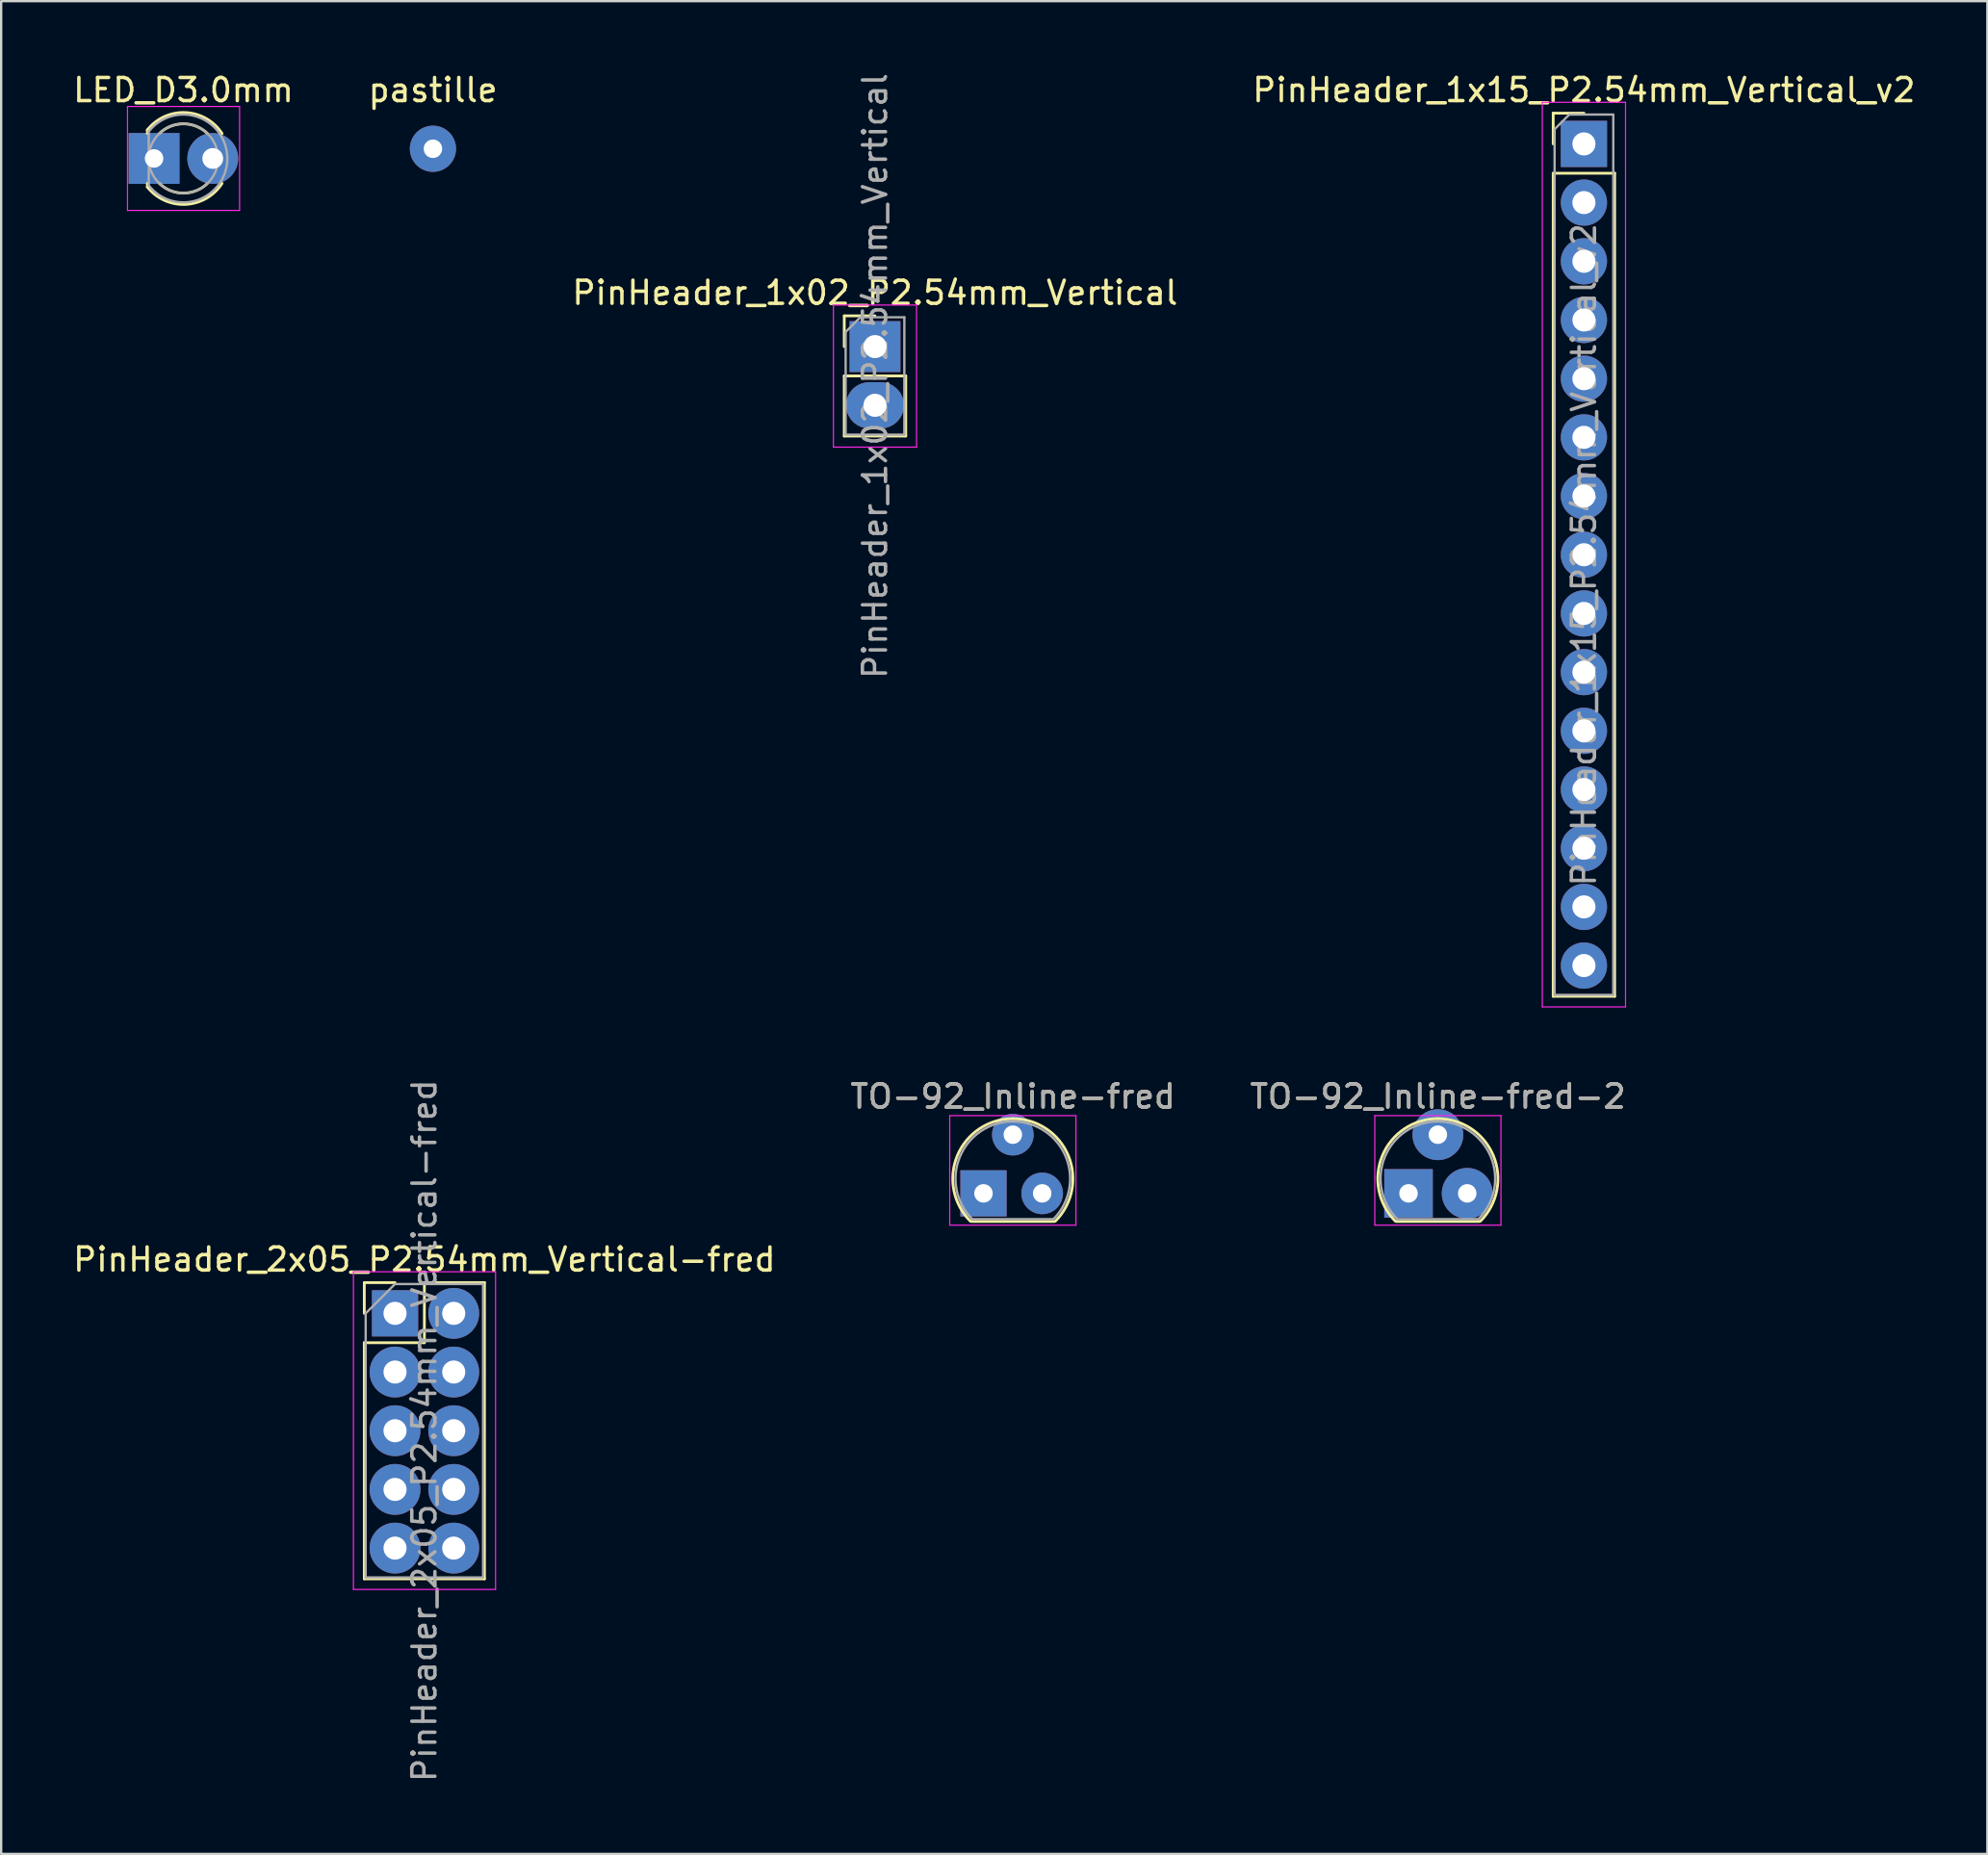
<source format=kicad_pcb>
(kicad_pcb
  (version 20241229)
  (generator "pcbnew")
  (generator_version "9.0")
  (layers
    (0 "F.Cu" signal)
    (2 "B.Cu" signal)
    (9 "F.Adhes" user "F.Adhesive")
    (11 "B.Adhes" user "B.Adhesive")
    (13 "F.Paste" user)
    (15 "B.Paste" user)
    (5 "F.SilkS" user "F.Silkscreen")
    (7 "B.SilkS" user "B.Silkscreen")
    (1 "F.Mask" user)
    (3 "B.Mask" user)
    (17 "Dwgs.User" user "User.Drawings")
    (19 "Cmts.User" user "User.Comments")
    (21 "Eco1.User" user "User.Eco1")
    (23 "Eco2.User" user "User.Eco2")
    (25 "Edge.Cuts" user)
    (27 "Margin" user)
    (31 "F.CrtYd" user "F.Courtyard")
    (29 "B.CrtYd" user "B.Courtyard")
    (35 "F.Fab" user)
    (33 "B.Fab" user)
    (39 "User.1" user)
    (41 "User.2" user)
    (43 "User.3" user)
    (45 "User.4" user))
  (footprint "PinHeader_2x05_P2.54mm_Vertical-fred"
    (layer "F.Cu")
    (at 14.045 53.789)
    (property "Reference" "PinHeader_2x05_P2.54mm_Vertical-fred" (at 1.27 -2.33 180) (layer "F.SilkS") (effects (font (size 1 1) (thickness 0.15))))
    (attr through_hole)
    (fp_line (start -1.33 -1.33) (end 0 -1.33) (stroke (width 0.12) (type solid)) (layer "F.SilkS"))
    (fp_line (start -1.33 0) (end -1.33 -1.33) (stroke (width 0.12) (type solid)) (layer "F.SilkS"))
    (fp_line (start -1.33 1.27) (end -1.33 11.49) (stroke (width 0.12) (type solid)) (layer "F.SilkS"))
    (fp_line (start -1.33 1.27) (end 1.27 1.27) (stroke (width 0.12) (type solid)) (layer "F.SilkS"))
    (fp_line (start -1.33 11.49) (end 3.87 11.49) (stroke (width 0.12) (type solid)) (layer "F.SilkS"))
    (fp_line (start 1.27 -1.33) (end 3.87 -1.33) (stroke (width 0.12) (type solid)) (layer "F.SilkS"))
    (fp_line (start 1.27 1.27) (end 1.27 -1.33) (stroke (width 0.12) (type solid)) (layer "F.SilkS"))
    (fp_line (start 3.87 -1.33) (end 3.87 11.49) (stroke (width 0.12) (type solid)) (layer "F.SilkS"))
    (fp_line (start -1.8 -1.8) (end -1.8 11.95) (stroke (width 0.05) (type solid)) (layer "F.CrtYd"))
    (fp_line (start -1.8 11.95) (end 4.35 11.95) (stroke (width 0.05) (type solid)) (layer "F.CrtYd"))
    (fp_line (start 4.35 -1.8) (end -1.8 -1.8) (stroke (width 0.05) (type solid)) (layer "F.CrtYd"))
    (fp_line (start 4.35 11.95) (end 4.35 -1.8) (stroke (width 0.05) (type solid)) (layer "F.CrtYd"))
    (fp_line (start -1.27 0) (end 0 -1.27) (stroke (width 0.1) (type solid)) (layer "F.Fab"))
    (fp_line (start -1.27 11.43) (end -1.27 0) (stroke (width 0.1) (type solid)) (layer "F.Fab"))
    (fp_line (start 0 -1.27) (end 3.81 -1.27) (stroke (width 0.1) (type solid)) (layer "F.Fab"))
    (fp_line (start 3.81 -1.27) (end 3.81 11.43) (stroke (width 0.1) (type solid)) (layer "F.Fab"))
    (fp_line (start 3.81 11.43) (end -1.27 11.43) (stroke (width 0.1) (type solid)) (layer "F.Fab"))
    (fp_text user "${REFERENCE}" (at 1.27 5.08 270) (layer "F.Fab") (effects (font (size 1 1) (thickness 0.15))))
    (pad "1" thru_hole rect (at 0 0 180) (size 2 2) (drill 1) (layers "*.Cu" "*.Mask"))
    (pad "2" thru_hole circle (at 0 2.54) (size 2.2 2.2) (drill 1) (layers "*.Cu" "*.Mask"))
    (pad "3" thru_hole circle (at 0 5.08) (size 2.2 2.2) (drill 1) (layers "*.Cu" "*.Mask"))
    (pad "4" thru_hole circle (at 0 7.62) (size 2.2 2.2) (drill 1) (layers "*.Cu" "*.Mask"))
    (pad "5" thru_hole circle (at 0 10.16) (size 2.2 2.2) (drill 1) (layers "*.Cu" "*.Mask"))
    (pad "6" thru_hole circle (at 2.54 10.16) (size 2.2 2.2) (drill 1) (layers "*.Cu" "*.Mask"))
    (pad "7" thru_hole circle (at 2.54 7.62) (size 2.2 2.2) (drill 1) (layers "*.Cu" "*.Mask"))
    (pad "8" thru_hole circle (at 2.54 5.08) (size 2.2 2.2) (drill 1) (layers "*.Cu" "*.Mask"))
    (pad "9" thru_hole circle (at 2.54 2.54) (size 2.2 2.2) (drill 1) (layers "*.Cu" "*.Mask"))
    (pad "10" thru_hole circle (at 2.54 0) (size 2.2 2.2) (drill 1) (layers "*.Cu" "*.Mask")))
  (footprint "PinHeader_1x15_P2.54mm_Vertical_v2"
    (layer "F.Cu")
    (at 65.494 3.178)
    (property "Reference" "PinHeader_1x15_P2.54mm_Vertical_v2" (at 0 -2.33 0) (layer "F.SilkS") (effects (font (size 1 1) (thickness 0.15))))
    (attr through_hole)
    (fp_line (start -1.33 -1.33) (end 0 -1.33) (stroke (width 0.12) (type solid)) (layer "F.SilkS"))
    (fp_line (start -1.33 0) (end -1.33 -1.33) (stroke (width 0.12) (type solid)) (layer "F.SilkS"))
    (fp_line (start -1.33 1.27) (end -1.33 36.89) (stroke (width 0.12) (type solid)) (layer "F.SilkS"))
    (fp_line (start -1.33 1.27) (end 1.33 1.27) (stroke (width 0.12) (type solid)) (layer "F.SilkS"))
    (fp_line (start -1.33 36.89) (end 1.33 36.89) (stroke (width 0.12) (type solid)) (layer "F.SilkS"))
    (fp_line (start 1.33 1.27) (end 1.33 36.89) (stroke (width 0.12) (type solid)) (layer "F.SilkS"))
    (fp_line (start -1.8 -1.8) (end -1.8 37.35) (stroke (width 0.05) (type solid)) (layer "F.CrtYd"))
    (fp_line (start -1.8 37.35) (end 1.8 37.35) (stroke (width 0.05) (type solid)) (layer "F.CrtYd"))
    (fp_line (start 1.8 -1.8) (end -1.8 -1.8) (stroke (width 0.05) (type solid)) (layer "F.CrtYd"))
    (fp_line (start 1.8 37.35) (end 1.8 -1.8) (stroke (width 0.05) (type solid)) (layer "F.CrtYd"))
    (fp_line (start -1.27 -0.635) (end -0.635 -1.27) (stroke (width 0.1) (type solid)) (layer "F.Fab"))
    (fp_line (start -1.27 36.83) (end -1.27 -0.635) (stroke (width 0.1) (type solid)) (layer "F.Fab"))
    (fp_line (start -0.635 -1.27) (end 1.27 -1.27) (stroke (width 0.1) (type solid)) (layer "F.Fab"))
    (fp_line (start 1.27 -1.27) (end 1.27 36.83) (stroke (width 0.1) (type solid)) (layer "F.Fab"))
    (fp_line (start 1.27 36.83) (end -1.27 36.83) (stroke (width 0.1) (type solid)) (layer "F.Fab"))
    (fp_text user "${REFERENCE}" (at 0 17.78 90) (layer "F.Fab") (effects (font (size 1 1) (thickness 0.15))))
    (pad "1" thru_hole rect (at 0 0) (size 2 2) (drill 1) (layers "*.Cu" "*.Mask"))
    (pad "2" thru_hole circle (at 0 2.54) (size 2 2) (drill 1) (layers "*.Cu" "*.Mask"))
    (pad "3" thru_hole circle (at 0 5.08) (size 2 2) (drill 1) (layers "*.Cu" "*.Mask"))
    (pad "4" thru_hole circle (at 0 7.62) (size 2 2) (drill 1) (layers "*.Cu" "*.Mask"))
    (pad "5" thru_hole circle (at 0 10.16) (size 2 2) (drill 1) (layers "*.Cu" "*.Mask"))
    (pad "6" thru_hole circle (at 0 12.7) (size 2 2) (drill 1) (layers "*.Cu" "*.Mask"))
    (pad "7" thru_hole circle (at 0 15.24) (size 2 2) (drill 1) (layers "*.Cu" "*.Mask"))
    (pad "8" thru_hole circle (at 0 17.78) (size 2 2) (drill 1) (layers "*.Cu" "*.Mask"))
    (pad "9" thru_hole circle (at 0 20.32) (size 2 2) (drill 1) (layers "*.Cu" "*.Mask"))
    (pad "10" thru_hole circle (at 0 22.86) (size 2 2) (drill 1) (layers "*.Cu" "*.Mask"))
    (pad "11" thru_hole circle (at 0 25.4) (size 2 2) (drill 1) (layers "*.Cu" "*.Mask"))
    (pad "12" thru_hole circle (at 0 27.94) (size 2 2) (drill 1) (layers "*.Cu" "*.Mask"))
    (pad "13" thru_hole circle (at 0 30.48) (size 2 2) (drill 1) (layers "*.Cu" "*.Mask"))
    (pad "14" thru_hole circle (at 0 33.02) (size 2 2) (drill 1) (layers "*.Cu" "*.Mask"))
    (pad "15" thru_hole circle (at 0 35.56) (size 2 2) (drill 1) (layers "*.Cu" "*.Mask")))
  (footprint "TO-92_Inline-fred"
    (layer "F.Cu")
    (at 39.51 47.962)
    (property "Reference" "TO-92_Inline-fred" (at 1.27 -3.56 0) (layer "F.SilkS") (effects (font (size 1 1) (thickness 0.15))))
    (attr through_hole)
    (fp_line (start -0.53 1.85) (end 3.07 1.85) (stroke (width 0.12) (type solid)) (layer "F.SilkS"))
    (fp_arc (start -0.568478 1.838478) (mid -1.132087 -0.994977) (end 1.27 -2.6) (stroke (width 0.12) (type solid)) (layer "F.SilkS"))
    (fp_arc (start 1.27 -2.6) (mid 3.672087 -0.994977) (end 3.108478 1.838478) (stroke (width 0.12) (type solid)) (layer "F.SilkS"))
    (fp_line (start -1.46 -2.73) (end -1.46 2.01) (stroke (width 0.05) (type solid)) (layer "F.CrtYd"))
    (fp_line (start -1.46 -2.73) (end 4 -2.73) (stroke (width 0.05) (type solid)) (layer "F.CrtYd"))
    (fp_line (start 4 2.01) (end -1.46 2.01) (stroke (width 0.05) (type solid)) (layer "F.CrtYd"))
    (fp_line (start 4 2.01) (end 4 -2.73) (stroke (width 0.05) (type solid)) (layer "F.CrtYd"))
    (fp_line (start -0.5 1.75) (end 3 1.75) (stroke (width 0.1) (type solid)) (layer "F.Fab"))
    (fp_arc (start -0.483625 1.753625) (mid -1.021221 -0.949055) (end 1.27 -2.48) (stroke (width 0.1) (type solid)) (layer "F.Fab"))
    (fp_arc (start 1.27 -2.48) (mid 3.561221 -0.949055) (end 3.023625 1.753625) (stroke (width 0.1) (type solid)) (layer "F.Fab"))
    (fp_text user "${REFERENCE}" (at 1.27 -3.56 0) (layer "F.Fab") (effects (font (size 1 1) (thickness 0.15))))
    (pad "1" thru_hole rect (at 0 0.635) (size 2 2) (drill 0.8) (layers "*.Cu" "*.Mask"))
    (pad "2" thru_hole circle (at 1.27 -1.905) (size 1.8 1.8) (drill 0.8) (layers "*.Cu" "*.Mask"))
    (pad "3" thru_hole circle (at 2.54 0.635) (size 1.8 1.8) (drill 0.8) (layers "*.Cu" "*.Mask")))
  (footprint "TO-92_Inline-fred-2"
    (layer "F.Cu")
    (at 57.903 47.962)
    (property "Reference" "TO-92_Inline-fred-2" (at 1.27 -3.56 0) (layer "F.SilkS") (effects (font (size 1 1) (thickness 0.15))))
    (attr through_hole)
    (fp_line (start -0.53 1.85) (end 3.07 1.85) (stroke (width 0.12) (type solid)) (layer "F.SilkS"))
    (fp_arc (start -0.568478 1.838478) (mid -1.132087 -0.994977) (end 1.27 -2.6) (stroke (width 0.12) (type solid)) (layer "F.SilkS"))
    (fp_arc (start 1.27 -2.6) (mid 3.672087 -0.994977) (end 3.108478 1.838478) (stroke (width 0.12) (type solid)) (layer "F.SilkS"))
    (fp_line (start -1.46 -2.73) (end -1.46 2.01) (stroke (width 0.05) (type solid)) (layer "F.CrtYd"))
    (fp_line (start -1.46 -2.73) (end 4 -2.73) (stroke (width 0.05) (type solid)) (layer "F.CrtYd"))
    (fp_line (start 4 2.01) (end -1.46 2.01) (stroke (width 0.05) (type solid)) (layer "F.CrtYd"))
    (fp_line (start 4 2.01) (end 4 -2.73) (stroke (width 0.05) (type solid)) (layer "F.CrtYd"))
    (fp_line (start -0.5 1.75) (end 3 1.75) (stroke (width 0.1) (type solid)) (layer "F.Fab"))
    (fp_arc (start -0.483625 1.753625) (mid -1.021221 -0.949055) (end 1.27 -2.48) (stroke (width 0.1) (type solid)) (layer "F.Fab"))
    (fp_arc (start 1.27 -2.48) (mid 3.561221 -0.949055) (end 3.023625 1.753625) (stroke (width 0.1) (type solid)) (layer "F.Fab"))
    (fp_text user "${REFERENCE}" (at 1.27 -3.56 0) (layer "F.Fab") (effects (font (size 1 1) (thickness 0.15))))
    (pad "1" thru_hole rect (at 0 0.635) (size 2.1 2.1) (drill 0.8) (layers "*.Cu" "*.Mask"))
    (pad "2" thru_hole circle (at 1.27 -1.905) (size 2.2 2.2) (drill 0.8) (layers "*.Cu" "*.Mask"))
    (pad "3" thru_hole circle (at 2.54 0.635) (size 2.2 2.2) (drill 0.8) (layers "*.Cu" "*.Mask")))
  (footprint "PinHeader_1x02_P2.54mm_Vertical"
    (layer "F.Cu")
    (at 34.815 11.95)
    (property "Reference" "PinHeader_1x02_P2.54mm_Vertical" (at 0 -2.33 180) (layer "F.SilkS") (effects (font (size 1 1) (thickness 0.15))))
    (attr through_hole)
    (fp_line (start -1.33 -1.33) (end 0 -1.33) (stroke (width 0.12) (type solid)) (layer "F.SilkS"))
    (fp_line (start -1.33 0) (end -1.33 -1.33) (stroke (width 0.12) (type solid)) (layer "F.SilkS"))
    (fp_line (start -1.33 1.27) (end -1.33 3.87) (stroke (width 0.12) (type solid)) (layer "F.SilkS"))
    (fp_line (start -1.33 1.27) (end 1.33 1.27) (stroke (width 0.12) (type solid)) (layer "F.SilkS"))
    (fp_line (start -1.33 3.87) (end 1.33 3.87) (stroke (width 0.12) (type solid)) (layer "F.SilkS"))
    (fp_line (start 1.33 1.27) (end 1.33 3.87) (stroke (width 0.12) (type solid)) (layer "F.SilkS"))
    (fp_line (start -1.8 -1.8) (end -1.8 4.35) (stroke (width 0.05) (type solid)) (layer "F.CrtYd"))
    (fp_line (start -1.8 4.35) (end 1.8 4.35) (stroke (width 0.05) (type solid)) (layer "F.CrtYd"))
    (fp_line (start 1.8 -1.8) (end -1.8 -1.8) (stroke (width 0.05) (type solid)) (layer "F.CrtYd"))
    (fp_line (start 1.8 4.35) (end 1.8 -1.8) (stroke (width 0.05) (type solid)) (layer "F.CrtYd"))
    (fp_line (start -1.27 -0.635) (end -0.635 -1.27) (stroke (width 0.1) (type solid)) (layer "F.Fab"))
    (fp_line (start -1.27 3.81) (end -1.27 -0.635) (stroke (width 0.1) (type solid)) (layer "F.Fab"))
    (fp_line (start -0.635 -1.27) (end 1.27 -1.27) (stroke (width 0.1) (type solid)) (layer "F.Fab"))
    (fp_line (start 1.27 -1.27) (end 1.27 3.81) (stroke (width 0.1) (type solid)) (layer "F.Fab"))
    (fp_line (start 1.27 3.81) (end -1.27 3.81) (stroke (width 0.1) (type solid)) (layer "F.Fab"))
    (fp_text user "${REFERENCE}" (at 0 1.27 90) (layer "F.Fab") (effects (font (size 1 1) (thickness 0.15))))
    (pad "1" thru_hole rect (at 0 0) (size 2.2 2.2) (drill 1) (layers "*.Cu" "*.Mask"))
    (pad "2" thru_hole oval (at 0 2.54) (size 2.5 2) (drill 1) (layers "*.Cu" "*.Mask")))
  (footprint "LED_D3.0mm"
    (layer "F.Cu")
    (at 3.617 3.808)
    (property "Reference" "LED_D3.0mm" (at 1.27 -2.96 180) (layer "F.SilkS") (effects (font (size 1 1) (thickness 0.15))))
    (attr through_hole)
    (fp_line (start -0.29 -1.236) (end -0.29 -1.08) (stroke (width 0.12) (type solid)) (layer "F.SilkS"))
    (fp_line (start -0.29 1.08) (end -0.29 1.236) (stroke (width 0.12) (type solid)) (layer "F.SilkS"))
    (fp_arc (start -0.29 -1.235516) (mid 1.366487 -1.987659) (end 2.942335 -1.078608) (stroke (width 0.12) (type solid)) (layer "F.SilkS"))
    (fp_arc (start 0.229039 -1.08) (mid 1.270117 -1.5) (end 2.31113 -1.079837) (stroke (width 0.12) (type solid)) (layer "F.SilkS"))
    (fp_arc (start 2.31113 1.079837) (mid 1.270117 1.5) (end 0.229039 1.08) (stroke (width 0.12) (type solid)) (layer "F.SilkS"))
    (fp_arc (start 2.942335 1.078608) (mid 1.366487 1.987659) (end -0.29 1.235516) (stroke (width 0.12) (type solid)) (layer "F.SilkS"))
    (fp_line (start -1.15 -2.25) (end -1.15 2.25) (stroke (width 0.05) (type solid)) (layer "F.CrtYd"))
    (fp_line (start -1.15 2.25) (end 3.7 2.25) (stroke (width 0.05) (type solid)) (layer "F.CrtYd"))
    (fp_line (start 3.7 -2.25) (end -1.15 -2.25) (stroke (width 0.05) (type solid)) (layer "F.CrtYd"))
    (fp_line (start 3.7 2.25) (end 3.7 -2.25) (stroke (width 0.05) (type solid)) (layer "F.CrtYd"))
    (fp_line (start -0.23 -1.166) (end -0.23 1.166) (stroke (width 0.1) (type solid)) (layer "F.Fab"))
    (fp_arc (start -0.23 -1.16619) (mid 3.17 0.000452) (end -0.230555 1.165476) (stroke (width 0.1) (type solid)) (layer "F.Fab"))
    (fp_circle (center 1.27 0) (end 2.77 0) (stroke (width 0.1) (type solid)) (fill no) (layer "F.Fab"))
    (pad "1" thru_hole rect (at 0 0) (size 2.2 2.2) (drill 0.8) (layers "*.Cu" "*.Mask"))
    (pad "2" thru_hole circle (at 2.54 0) (size 2.2 2.2) (drill 0.9) (layers "*.Cu" "*.Mask")))
  (footprint "pastille"
    (layer "F.Cu")
    (at 15.685 3.388)
    (property "Reference" "pastille" (at 0 -2.54 0) (layer "F.SilkS") (effects (font (size 1 1) (thickness 0.15))))
    (attr through_hole)
    (pad "1" thru_hole circle (at 0 0) (size 2 2) (drill 0.8) (layers "*.Cu" "*.Mask")))
  (gr_rect
    (start -3 -3)
    (end 82.952 77.184)
    (stroke (width 0.1) (type default))
    (fill no)
    (layer "Edge.Cuts")))
</source>
